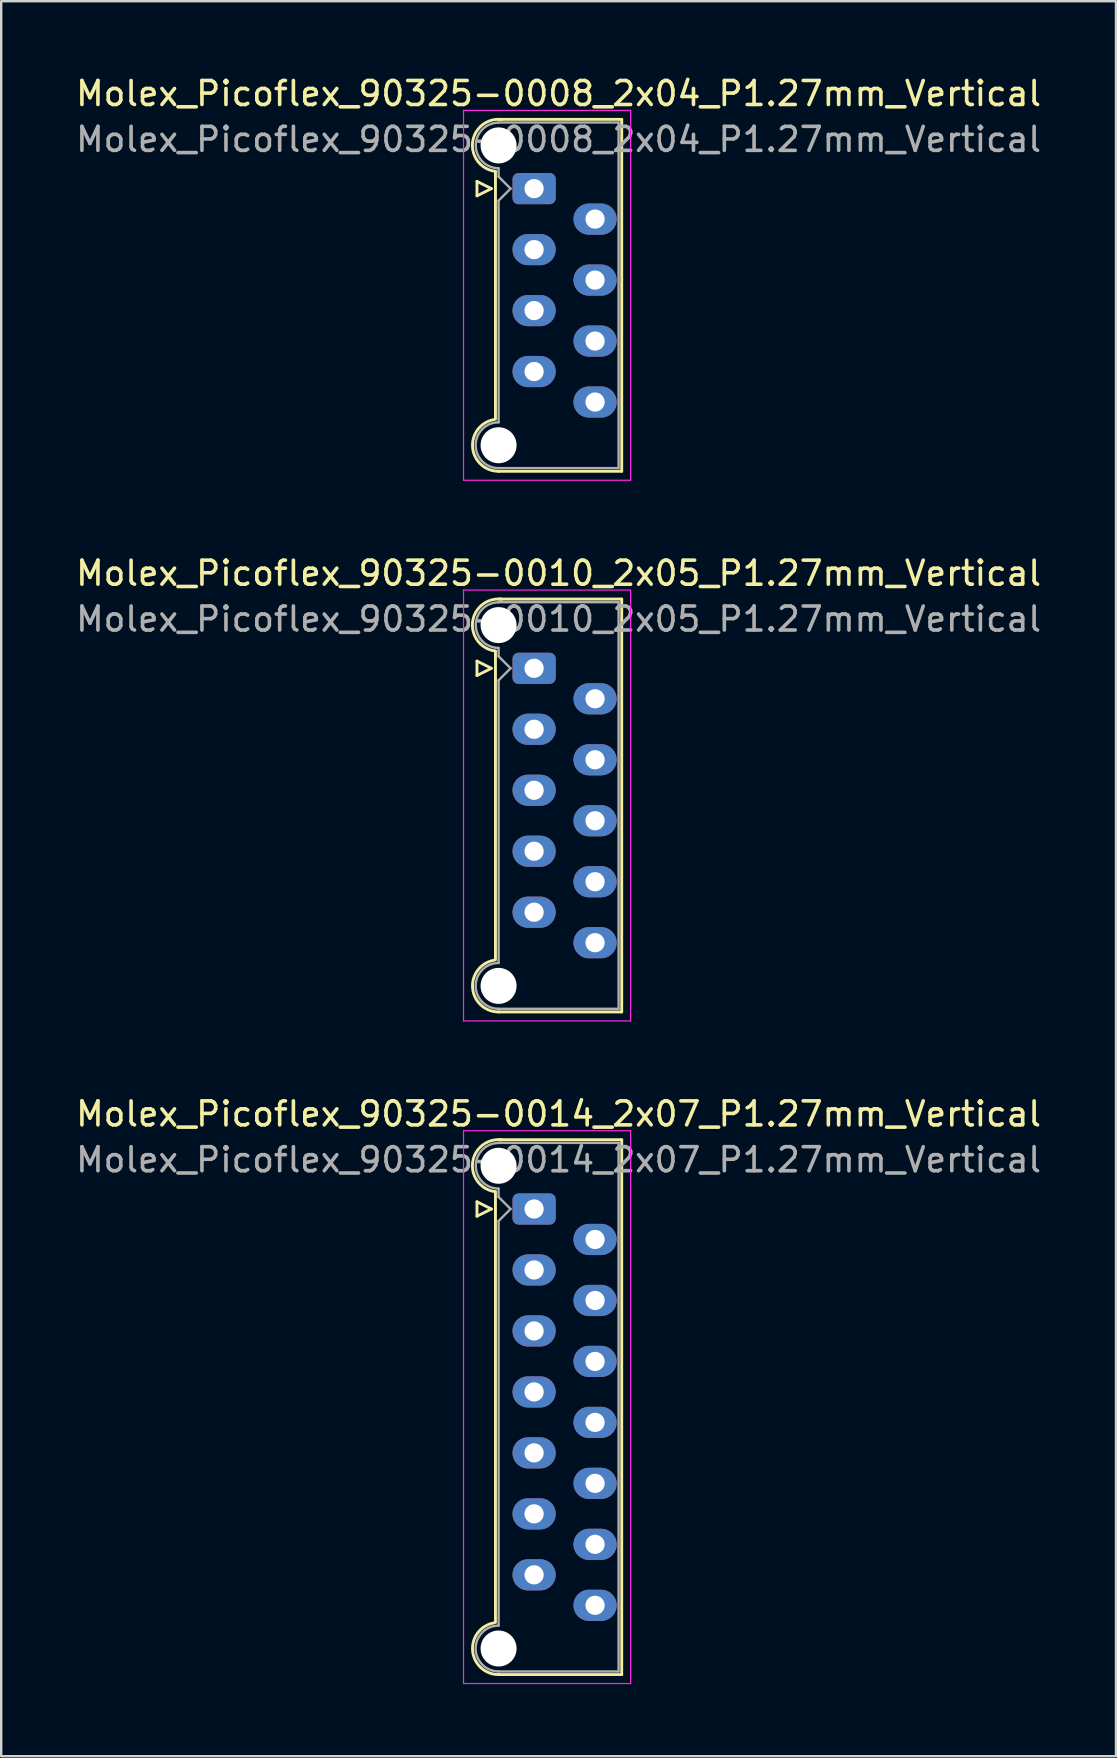
<source format=kicad_pcb>
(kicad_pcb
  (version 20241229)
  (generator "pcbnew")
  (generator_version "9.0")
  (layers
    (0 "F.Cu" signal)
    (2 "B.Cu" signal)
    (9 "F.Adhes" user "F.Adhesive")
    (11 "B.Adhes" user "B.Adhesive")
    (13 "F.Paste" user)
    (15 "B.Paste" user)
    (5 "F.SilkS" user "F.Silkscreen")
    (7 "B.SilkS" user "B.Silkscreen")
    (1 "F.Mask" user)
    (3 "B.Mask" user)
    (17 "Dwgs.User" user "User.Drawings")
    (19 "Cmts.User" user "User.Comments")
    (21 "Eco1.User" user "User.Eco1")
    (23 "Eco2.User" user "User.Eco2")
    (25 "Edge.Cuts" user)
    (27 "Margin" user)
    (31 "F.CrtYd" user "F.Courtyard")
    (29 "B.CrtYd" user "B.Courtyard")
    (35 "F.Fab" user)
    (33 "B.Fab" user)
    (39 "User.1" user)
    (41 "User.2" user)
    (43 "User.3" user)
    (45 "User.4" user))
  (footprint "Molex_Picoflex_90325-0014_2x07_P1.27mm_Vertical"
    (layer "F.Cu")
    (at 19.2 47.315)
    (property "Reference" "Molex_Picoflex_90325-0014_2x07_P1.27mm_Vertical" (at 1.02 -3.96 0) (layer "F.SilkS") (effects (font (size 1 1) (thickness 0.15))))
    (attr through_hole)
    (fp_line (start -2.38 -0.3) (end -2.38 0.3) (stroke (width 0.12) (type solid)) (layer "F.SilkS"))
    (fp_line (start -2.38 0.3) (end -1.78 0) (stroke (width 0.12) (type solid)) (layer "F.SilkS"))
    (fp_line (start -1.78 0) (end -2.38 -0.3) (stroke (width 0.12) (type solid)) (layer "F.SilkS"))
    (fp_line (start -1.61 -0.715) (end -1.61 17.225) (stroke (width 0.12) (type solid)) (layer "F.SilkS"))
    (fp_line (start -1.48 -2.885) (end 3.65 -2.885) (stroke (width 0.12) (type solid)) (layer "F.SilkS"))
    (fp_line (start 3.65 -2.885) (end 3.65 19.395) (stroke (width 0.12) (type solid)) (layer "F.SilkS"))
    (fp_line (start 3.65 19.395) (end -1.48 19.395) (stroke (width 0.12) (type solid)) (layer "F.SilkS"))
    (fp_arc (start -1.61 -0.72) (mid -2.56 -1.93) (end -1.35 -2.88) (stroke (width 0.12) (type solid)) (layer "F.SilkS"))
    (fp_arc (start -1.47 19.395) (mid -2.56 18.414526) (end -1.678256 17.24322) (stroke (width 0.12) (type solid)) (layer "F.SilkS"))
    (fp_line (start -2.94 -3.26) (end -2.94 19.77) (stroke (width 0.05) (type solid)) (layer "F.CrtYd"))
    (fp_line (start -2.94 19.77) (end 4.02 19.77) (stroke (width 0.05) (type solid)) (layer "F.CrtYd"))
    (fp_line (start 4.02 -3.26) (end -2.94 -3.26) (stroke (width 0.05) (type solid)) (layer "F.CrtYd"))
    (fp_line (start 4.02 19.77) (end 4.02 -3.26) (stroke (width 0.05) (type solid)) (layer "F.CrtYd"))
    (fp_line (start -1.48 -2.755) (end 3.52 -2.755) (stroke (width 0.1) (type solid)) (layer "F.Fab"))
    (fp_line (start -1.48 -0.845) (end -1.48 -0.5) (stroke (width 0.1) (type solid)) (layer "F.Fab"))
    (fp_line (start -1.48 -0.5) (end -0.98 0) (stroke (width 0.1) (type solid)) (layer "F.Fab"))
    (fp_line (start -1.48 0.5) (end -1.48 17.355) (stroke (width 0.1) (type solid)) (layer "F.Fab"))
    (fp_line (start -0.98 0) (end -1.48 0.5) (stroke (width 0.1) (type solid)) (layer "F.Fab"))
    (fp_line (start 3.52 -2.755) (end 3.52 19.265) (stroke (width 0.1) (type solid)) (layer "F.Fab"))
    (fp_line (start 3.52 19.265) (end -1.48 19.265) (stroke (width 0.1) (type solid)) (layer "F.Fab"))
    (fp_arc (start -1.48 -0.85) (mid -2.43 -1.8) (end -1.48 -2.75) (stroke (width 0.1) (type solid)) (layer "F.Fab"))
    (fp_arc (start -1.48 19.265) (mid -2.435 18.31) (end -1.48 17.355) (stroke (width 0.1) (type solid)) (layer "F.Fab"))
    (fp_text user "${REFERENCE}" (at 1.02 -2.05 0) (layer "F.Fab") (effects (font (size 1 1) (thickness 0.15))))
    (pad "" np_thru_hole circle (at -1.48 -1.8) (size 1.5 1.5) (drill 1.5) (layers "*.Cu" "*.Mask"))
    (pad "" np_thru_hole circle (at -1.48 18.31) (size 1.5 1.5) (drill 1.5) (layers "*.Cu" "*.Mask"))
    (pad "1" thru_hole roundrect (at 0 0) (size 1.8 1.3) (drill 0.8) (layers "*.Cu" "*.Mask") (roundrect_rratio 0.192))
    (pad "2" thru_hole oval (at 2.54 1.27) (size 1.8 1.3) (drill 0.8) (layers "*.Cu" "*.Mask"))
    (pad "3" thru_hole oval (at 0 2.54) (size 1.8 1.3) (drill 0.8) (layers "*.Cu" "*.Mask"))
    (pad "4" thru_hole oval (at 2.54 3.81) (size 1.8 1.3) (drill 0.8) (layers "*.Cu" "*.Mask"))
    (pad "5" thru_hole oval (at 0 5.08) (size 1.8 1.3) (drill 0.8) (layers "*.Cu" "*.Mask"))
    (pad "6" thru_hole oval (at 2.54 6.35) (size 1.8 1.3) (drill 0.8) (layers "*.Cu" "*.Mask"))
    (pad "7" thru_hole oval (at 0 7.62) (size 1.8 1.3) (drill 0.8) (layers "*.Cu" "*.Mask"))
    (pad "8" thru_hole oval (at 2.54 8.89) (size 1.8 1.3) (drill 0.8) (layers "*.Cu" "*.Mask"))
    (pad "9" thru_hole oval (at 0 10.16) (size 1.8 1.3) (drill 0.8) (layers "*.Cu" "*.Mask"))
    (pad "10" thru_hole oval (at 2.54 11.43) (size 1.8 1.3) (drill 0.8) (layers "*.Cu" "*.Mask"))
    (pad "11" thru_hole oval (at 0 12.7) (size 1.8 1.3) (drill 0.8) (layers "*.Cu" "*.Mask"))
    (pad "12" thru_hole oval (at 2.54 13.97) (size 1.8 1.3) (drill 0.8) (layers "*.Cu" "*.Mask"))
    (pad "13" thru_hole oval (at 0 15.24) (size 1.8 1.3) (drill 0.8) (layers "*.Cu" "*.Mask"))
    (pad "14" thru_hole oval (at 2.54 16.51) (size 1.8 1.3) (drill 0.8) (layers "*.Cu" "*.Mask")))
  (footprint "Molex_Picoflex_90325-0010_2x05_P1.27mm_Vertical"
    (layer "F.Cu")
    (at 19.2 24.791)
    (property "Reference" "Molex_Picoflex_90325-0010_2x05_P1.27mm_Vertical" (at 1.02 -3.96 0) (layer "F.SilkS") (effects (font (size 1 1) (thickness 0.15))))
    (attr through_hole)
    (fp_line (start -2.38 -0.3) (end -2.38 0.3) (stroke (width 0.12) (type solid)) (layer "F.SilkS"))
    (fp_line (start -2.38 0.3) (end -1.78 0) (stroke (width 0.12) (type solid)) (layer "F.SilkS"))
    (fp_line (start -1.78 0) (end -2.38 -0.3) (stroke (width 0.12) (type solid)) (layer "F.SilkS"))
    (fp_line (start -1.61 -0.715) (end -1.61 12.145) (stroke (width 0.12) (type solid)) (layer "F.SilkS"))
    (fp_line (start -1.48 -2.885) (end 3.65 -2.885) (stroke (width 0.12) (type solid)) (layer "F.SilkS"))
    (fp_line (start 3.65 -2.885) (end 3.65 14.315) (stroke (width 0.12) (type solid)) (layer "F.SilkS"))
    (fp_line (start 3.65 14.315) (end -1.48 14.315) (stroke (width 0.12) (type solid)) (layer "F.SilkS"))
    (fp_arc (start -1.61 -0.72) (mid -2.56 -1.93) (end -1.35 -2.88) (stroke (width 0.12) (type solid)) (layer "F.SilkS"))
    (fp_arc (start -1.47 14.315) (mid -2.56 13.334526) (end -1.678256 12.16322) (stroke (width 0.12) (type solid)) (layer "F.SilkS"))
    (fp_line (start -2.94 -3.26) (end -2.94 14.69) (stroke (width 0.05) (type solid)) (layer "F.CrtYd"))
    (fp_line (start -2.94 14.69) (end 4.02 14.69) (stroke (width 0.05) (type solid)) (layer "F.CrtYd"))
    (fp_line (start 4.02 -3.26) (end -2.94 -3.26) (stroke (width 0.05) (type solid)) (layer "F.CrtYd"))
    (fp_line (start 4.02 14.69) (end 4.02 -3.26) (stroke (width 0.05) (type solid)) (layer "F.CrtYd"))
    (fp_line (start -1.48 -2.755) (end 3.52 -2.755) (stroke (width 0.1) (type solid)) (layer "F.Fab"))
    (fp_line (start -1.48 -0.845) (end -1.48 -0.5) (stroke (width 0.1) (type solid)) (layer "F.Fab"))
    (fp_line (start -1.48 -0.5) (end -0.98 0) (stroke (width 0.1) (type solid)) (layer "F.Fab"))
    (fp_line (start -1.48 0.5) (end -1.48 12.275) (stroke (width 0.1) (type solid)) (layer "F.Fab"))
    (fp_line (start -0.98 0) (end -1.48 0.5) (stroke (width 0.1) (type solid)) (layer "F.Fab"))
    (fp_line (start 3.52 -2.755) (end 3.52 14.185) (stroke (width 0.1) (type solid)) (layer "F.Fab"))
    (fp_line (start 3.52 14.185) (end -1.48 14.185) (stroke (width 0.1) (type solid)) (layer "F.Fab"))
    (fp_arc (start -1.48 -0.85) (mid -2.43 -1.8) (end -1.48 -2.75) (stroke (width 0.1) (type solid)) (layer "F.Fab"))
    (fp_arc (start -1.48 14.185) (mid -2.435 13.23) (end -1.48 12.275) (stroke (width 0.1) (type solid)) (layer "F.Fab"))
    (fp_text user "${REFERENCE}" (at 1.02 -2.05 0) (layer "F.Fab") (effects (font (size 1 1) (thickness 0.15))))
    (pad "" np_thru_hole circle (at -1.48 -1.8) (size 1.5 1.5) (drill 1.5) (layers "*.Cu" "*.Mask"))
    (pad "" np_thru_hole circle (at -1.48 13.23) (size 1.5 1.5) (drill 1.5) (layers "*.Cu" "*.Mask"))
    (pad "1" thru_hole roundrect (at 0 0) (size 1.8 1.3) (drill 0.8) (layers "*.Cu" "*.Mask") (roundrect_rratio 0.192))
    (pad "2" thru_hole oval (at 2.54 1.27) (size 1.8 1.3) (drill 0.8) (layers "*.Cu" "*.Mask"))
    (pad "3" thru_hole oval (at 0 2.54) (size 1.8 1.3) (drill 0.8) (layers "*.Cu" "*.Mask"))
    (pad "4" thru_hole oval (at 2.54 3.81) (size 1.8 1.3) (drill 0.8) (layers "*.Cu" "*.Mask"))
    (pad "5" thru_hole oval (at 0 5.08) (size 1.8 1.3) (drill 0.8) (layers "*.Cu" "*.Mask"))
    (pad "6" thru_hole oval (at 2.54 6.35) (size 1.8 1.3) (drill 0.8) (layers "*.Cu" "*.Mask"))
    (pad "7" thru_hole oval (at 0 7.62) (size 1.8 1.3) (drill 0.8) (layers "*.Cu" "*.Mask"))
    (pad "8" thru_hole oval (at 2.54 8.89) (size 1.8 1.3) (drill 0.8) (layers "*.Cu" "*.Mask"))
    (pad "9" thru_hole oval (at 0 10.16) (size 1.8 1.3) (drill 0.8) (layers "*.Cu" "*.Mask"))
    (pad "10" thru_hole oval (at 2.54 11.43) (size 1.8 1.3) (drill 0.8) (layers "*.Cu" "*.Mask")))
  (footprint "Molex_Picoflex_90325-0008_2x04_P1.27mm_Vertical"
    (layer "F.Cu")
    (at 19.2 4.808)
    (property "Reference" "Molex_Picoflex_90325-0008_2x04_P1.27mm_Vertical" (at 1.02 -3.96 0) (layer "F.SilkS") (effects (font (size 1 1) (thickness 0.15))))
    (attr through_hole)
    (fp_line (start -2.38 -0.3) (end -2.38 0.3) (stroke (width 0.12) (type solid)) (layer "F.SilkS"))
    (fp_line (start -2.38 0.3) (end -1.78 0) (stroke (width 0.12) (type solid)) (layer "F.SilkS"))
    (fp_line (start -1.78 0) (end -2.38 -0.3) (stroke (width 0.12) (type solid)) (layer "F.SilkS"))
    (fp_line (start -1.61 -0.715) (end -1.61 9.605) (stroke (width 0.12) (type solid)) (layer "F.SilkS"))
    (fp_line (start -1.48 -2.885) (end 3.65 -2.885) (stroke (width 0.12) (type solid)) (layer "F.SilkS"))
    (fp_line (start 3.65 -2.885) (end 3.65 11.775) (stroke (width 0.12) (type solid)) (layer "F.SilkS"))
    (fp_line (start 3.65 11.775) (end -1.48 11.775) (stroke (width 0.12) (type solid)) (layer "F.SilkS"))
    (fp_arc (start -1.61 -0.72) (mid -2.56 -1.93) (end -1.35 -2.88) (stroke (width 0.12) (type solid)) (layer "F.SilkS"))
    (fp_arc (start -1.47 11.775) (mid -2.56 10.794526) (end -1.678256 9.62322) (stroke (width 0.12) (type solid)) (layer "F.SilkS"))
    (fp_line (start -2.94 -3.26) (end -2.94 12.15) (stroke (width 0.05) (type solid)) (layer "F.CrtYd"))
    (fp_line (start -2.94 12.15) (end 4.02 12.15) (stroke (width 0.05) (type solid)) (layer "F.CrtYd"))
    (fp_line (start 4.02 -3.26) (end -2.94 -3.26) (stroke (width 0.05) (type solid)) (layer "F.CrtYd"))
    (fp_line (start 4.02 12.15) (end 4.02 -3.26) (stroke (width 0.05) (type solid)) (layer "F.CrtYd"))
    (fp_line (start -1.48 -2.755) (end 3.52 -2.755) (stroke (width 0.1) (type solid)) (layer "F.Fab"))
    (fp_line (start -1.48 -0.845) (end -1.48 -0.5) (stroke (width 0.1) (type solid)) (layer "F.Fab"))
    (fp_line (start -1.48 -0.5) (end -0.98 0) (stroke (width 0.1) (type solid)) (layer "F.Fab"))
    (fp_line (start -1.48 0.5) (end -1.48 9.735) (stroke (width 0.1) (type solid)) (layer "F.Fab"))
    (fp_line (start -0.98 0) (end -1.48 0.5) (stroke (width 0.1) (type solid)) (layer "F.Fab"))
    (fp_line (start 3.52 -2.755) (end 3.52 11.645) (stroke (width 0.1) (type solid)) (layer "F.Fab"))
    (fp_line (start 3.52 11.645) (end -1.48 11.645) (stroke (width 0.1) (type solid)) (layer "F.Fab"))
    (fp_arc (start -1.48 -0.85) (mid -2.43 -1.8) (end -1.48 -2.75) (stroke (width 0.1) (type solid)) (layer "F.Fab"))
    (fp_arc (start -1.48 11.645) (mid -2.435 10.69) (end -1.48 9.735) (stroke (width 0.1) (type solid)) (layer "F.Fab"))
    (fp_text user "${REFERENCE}" (at 1.02 -2.05 0) (layer "F.Fab") (effects (font (size 1 1) (thickness 0.15))))
    (pad "" np_thru_hole circle (at -1.48 -1.8) (size 1.5 1.5) (drill 1.5) (layers "*.Cu" "*.Mask"))
    (pad "" np_thru_hole circle (at -1.48 10.69) (size 1.5 1.5) (drill 1.5) (layers "*.Cu" "*.Mask"))
    (pad "1" thru_hole roundrect (at 0 0) (size 1.8 1.3) (drill 0.8) (layers "*.Cu" "*.Mask") (roundrect_rratio 0.192))
    (pad "2" thru_hole oval (at 2.54 1.27) (size 1.8 1.3) (drill 0.8) (layers "*.Cu" "*.Mask"))
    (pad "3" thru_hole oval (at 0 2.54) (size 1.8 1.3) (drill 0.8) (layers "*.Cu" "*.Mask"))
    (pad "4" thru_hole oval (at 2.54 3.81) (size 1.8 1.3) (drill 0.8) (layers "*.Cu" "*.Mask"))
    (pad "5" thru_hole oval (at 0 5.08) (size 1.8 1.3) (drill 0.8) (layers "*.Cu" "*.Mask"))
    (pad "6" thru_hole oval (at 2.54 6.35) (size 1.8 1.3) (drill 0.8) (layers "*.Cu" "*.Mask"))
    (pad "7" thru_hole oval (at 0 7.62) (size 1.8 1.3) (drill 0.8) (layers "*.Cu" "*.Mask"))
    (pad "8" thru_hole oval (at 2.54 8.89) (size 1.8 1.3) (drill 0.8) (layers "*.Cu" "*.Mask")))
  (gr_rect
    (start -3 -3)
    (end 43.44 70.11)
    (stroke (width 0.1) (type default))
    (fill no)
    (layer "Edge.Cuts")))
</source>
